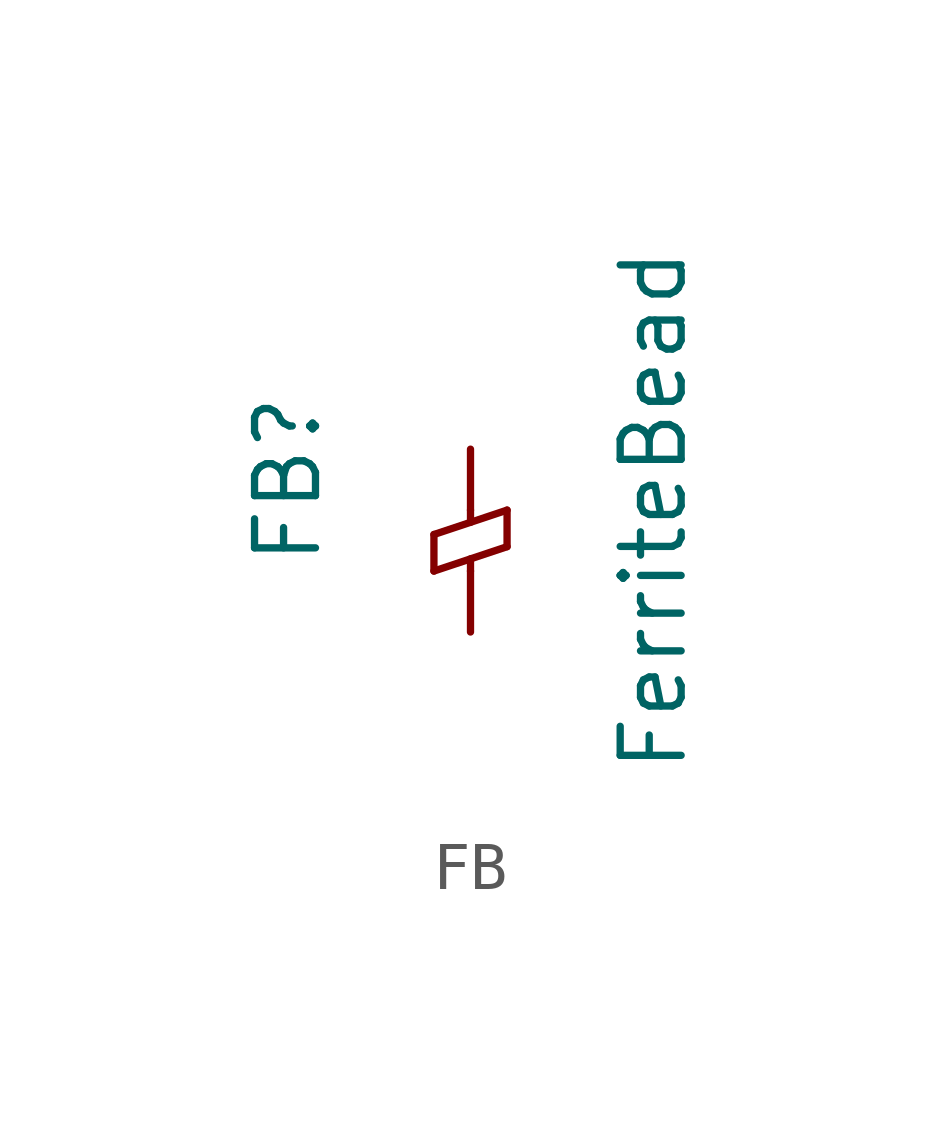
<source format=kicad_sym>
(kicad_symbol_lib
  (version 20241209)
  (generator "kicad_symbol_editor")
  (generator_version "9.0")
  (symbol "FB"
    (pin_numbers
      (hide yes))
    (pin_names
      (offset 0))
    (property "Reference" "FB"
      (at -3.81 0.635 90)
      (effects (font (size 1.27 1.27))))
    (property "Value" "FerriteBead"
      (at 3.81 0 90)
      (effects (font (size 1.27 1.27))))
    (symbol "FB_0_1"
      (polyline (pts (xy -0.762 -0.508) (xy -0.762 -1.27)) (stroke (width 0) (type default)) (fill (type none)))
      (polyline (pts (xy 0 0) (xy 0 -0.254)) (stroke (width 0) (type default)) (fill (type none)))
      (polyline (pts (xy 0 -1.016) (xy 0 -1.27)) (stroke (width 0) (type default)) (fill (type none)))
      (polyline (pts (xy 0.762 0) (xy -0.762 -0.508)) (stroke (width 0) (type default)) (fill (type none)))
      (polyline (pts (xy 0.762 0) (xy 0.762 -0.762)) (stroke (width 0) (type default)) (fill (type none)))
      (polyline (pts (xy 0.762 -0.762) (xy -0.762 -1.27)) (stroke (width 0) (type default)) (fill (type none))))
    (symbol "FB_1_1"
      (pin passive line (at 0 1.27 270) (length 1.27) (name "~" (effects (font (size 1.27 1.27)))) (number "1" (effects (font (size 1.27 1.27)))))
      (pin passive line (at 0 -2.54 90) (length 1.27) (name "~" (effects (font (size 1.27 1.27)))) (number "2" (effects (font (size 1.27 1.27))))))))
</source>
